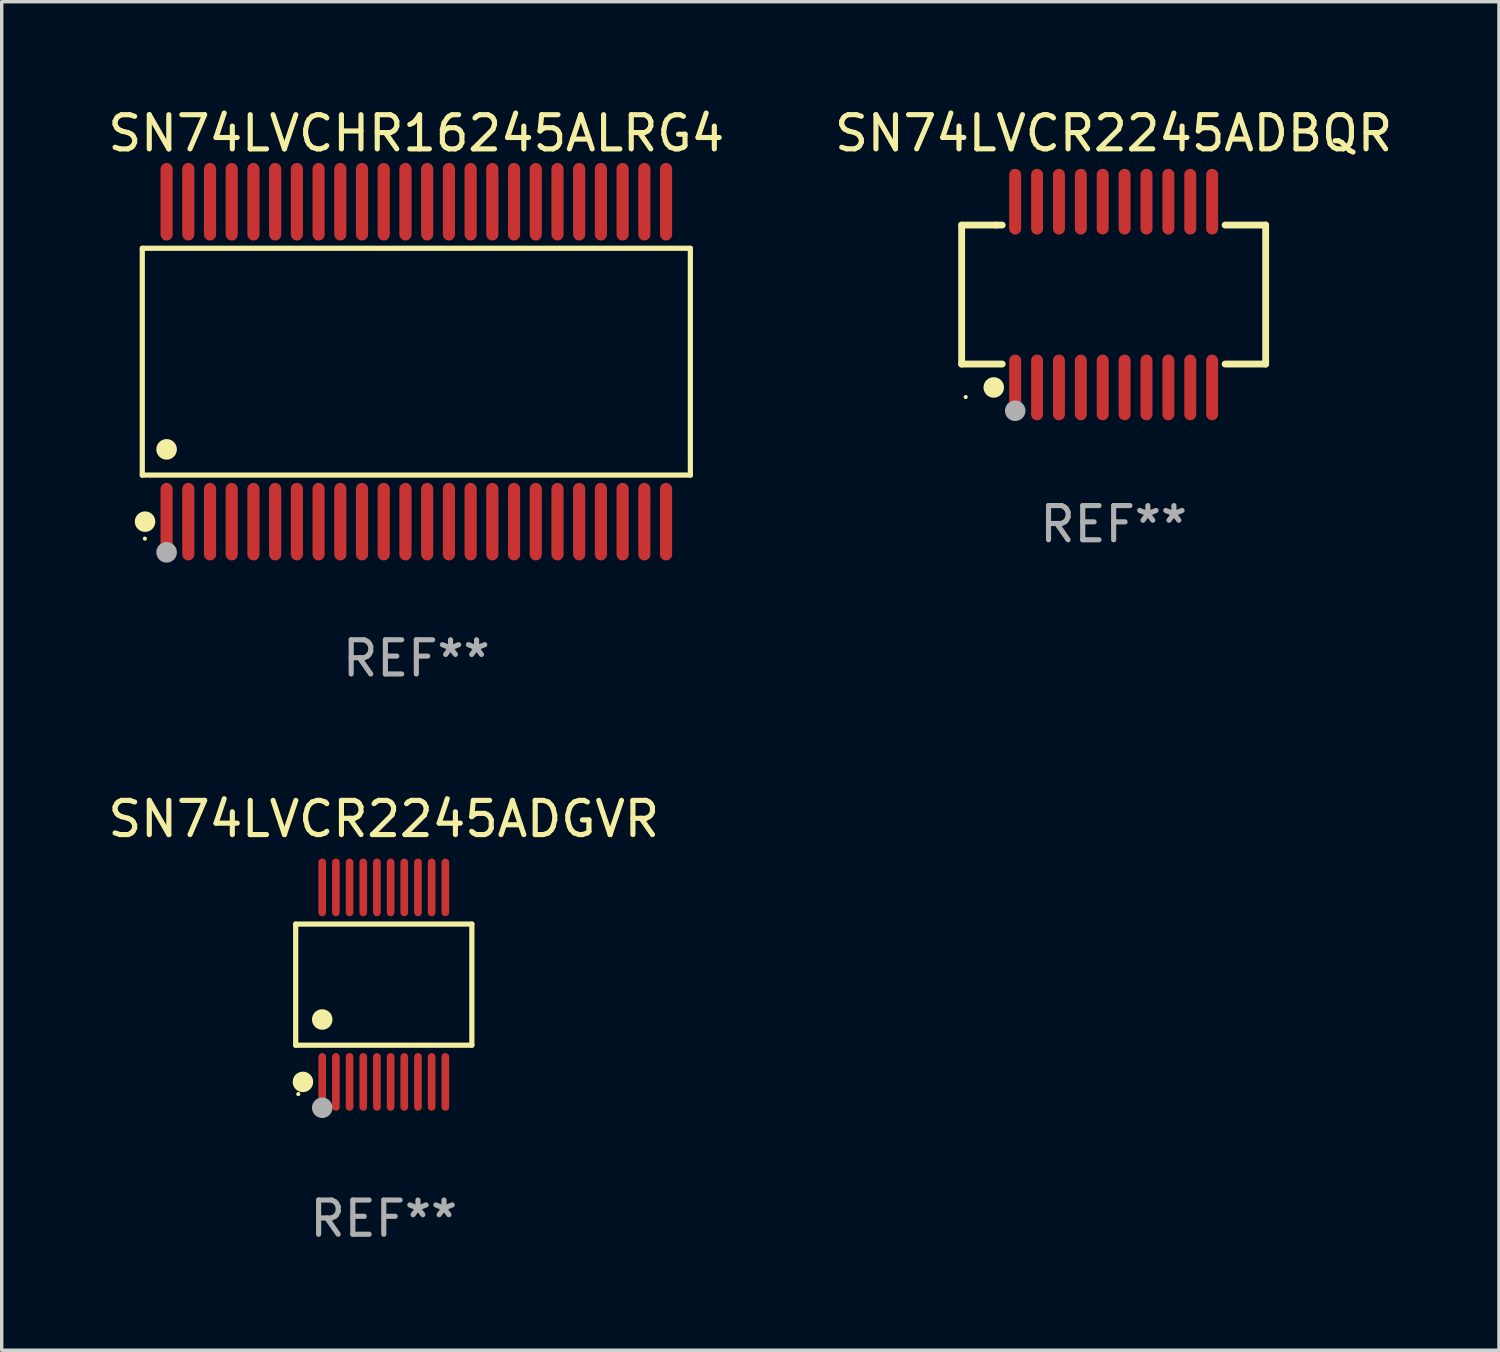
<source format=kicad_pcb>
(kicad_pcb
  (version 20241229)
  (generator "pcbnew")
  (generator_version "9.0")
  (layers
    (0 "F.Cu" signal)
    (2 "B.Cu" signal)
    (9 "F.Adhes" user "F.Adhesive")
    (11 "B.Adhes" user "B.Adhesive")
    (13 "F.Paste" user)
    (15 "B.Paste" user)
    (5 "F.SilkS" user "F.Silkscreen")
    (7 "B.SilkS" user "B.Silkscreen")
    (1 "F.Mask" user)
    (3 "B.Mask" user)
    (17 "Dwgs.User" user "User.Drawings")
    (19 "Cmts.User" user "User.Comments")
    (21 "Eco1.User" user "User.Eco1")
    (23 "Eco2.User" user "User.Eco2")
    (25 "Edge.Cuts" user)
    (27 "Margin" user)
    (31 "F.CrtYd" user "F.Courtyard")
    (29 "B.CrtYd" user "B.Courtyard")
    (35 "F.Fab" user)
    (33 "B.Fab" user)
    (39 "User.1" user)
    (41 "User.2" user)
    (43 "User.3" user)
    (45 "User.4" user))
  (footprint "SN74LVCR2245ADBQR"
    (layer "F.Cu")
    (at 29.518 5.564)
    (property "Reference" "SN74LVCR2245ADBQR" (at 0 -4.716 0) (layer "F.SilkS") (effects (font (size 1 1) (thickness 0.15))))
    (attr through_hole)
    (fp_line (start -4.445 -2.032) (end -4.445 2.032) (stroke (width 0.2) (type solid)) (layer "F.SilkS"))
    (fp_line (start -4.445 2.032) (end -3.259 2.032) (stroke (width 0.2) (type solid)) (layer "F.SilkS"))
    (fp_line (start -3.429 -2.032) (end -4.445 -2.032) (stroke (width 0.2) (type solid)) (layer "F.SilkS"))
    (fp_line (start -3.259 -2.032) (end -3.429 -2.032) (stroke (width 0.2) (type solid)) (layer "F.SilkS"))
    (fp_line (start 3.259 2.032) (end 4.445 2.032) (stroke (width 0.2) (type solid)) (layer "F.SilkS"))
    (fp_line (start 4.445 -2.032) (end 3.259 -2.032) (stroke (width 0.2) (type solid)) (layer "F.SilkS"))
    (fp_line (start 4.445 2.032) (end 4.445 -2.032) (stroke (width 0.2) (type solid)) (layer "F.SilkS"))
    (fp_circle (center -4.327 2.997) (end -4.297 2.997) (stroke (width 0.06) (type solid)) (fill no) (layer "F.SilkS"))
    (fp_circle (center -3.507 2.716) (end -3.357 2.716) (stroke (width 0.3) (type solid)) (fill no) (layer "F.SilkS"))
    (fp_circle (center -2.88 3.398) (end -2.73 3.398) (stroke (width 0.3) (type solid)) (fill no) (layer "F.Fab"))
    (fp_text user "REF**" (at 0 6.716 0) (layer "F.Fab") (effects (font (size 1 1) (thickness 0.15))))
    (pad "1" smd oval (at -2.88 2.716) (size 0.35 1.922) (layers "F.Cu" "F.Mask" "F.Paste"))
    (pad "2" smd oval (at -2.24 2.716) (size 0.35 1.922) (layers "F.Cu" "F.Mask" "F.Paste"))
    (pad "3" smd oval (at -1.6 2.716) (size 0.35 1.922) (layers "F.Cu" "F.Mask" "F.Paste"))
    (pad "4" smd oval (at -0.96 2.716) (size 0.35 1.922) (layers "F.Cu" "F.Mask" "F.Paste"))
    (pad "5" smd oval (at -0.32 2.716) (size 0.35 1.922) (layers "F.Cu" "F.Mask" "F.Paste"))
    (pad "6" smd oval (at 0.32 2.716) (size 0.35 1.922) (layers "F.Cu" "F.Mask" "F.Paste"))
    (pad "7" smd oval (at 0.96 2.716) (size 0.35 1.922) (layers "F.Cu" "F.Mask" "F.Paste"))
    (pad "8" smd oval (at 1.6 2.716) (size 0.35 1.922) (layers "F.Cu" "F.Mask" "F.Paste"))
    (pad "9" smd oval (at 2.24 2.716) (size 0.35 1.922) (layers "F.Cu" "F.Mask" "F.Paste"))
    (pad "10" smd oval (at 2.88 2.716) (size 0.35 1.922) (layers "F.Cu" "F.Mask" "F.Paste"))
    (pad "11" smd oval (at 2.88 -2.716) (size 0.35 1.922) (layers "F.Cu" "F.Mask" "F.Paste"))
    (pad "12" smd oval (at 2.24 -2.716) (size 0.35 1.922) (layers "F.Cu" "F.Mask" "F.Paste"))
    (pad "13" smd oval (at 1.6 -2.716) (size 0.35 1.922) (layers "F.Cu" "F.Mask" "F.Paste"))
    (pad "14" smd oval (at 0.96 -2.716) (size 0.35 1.922) (layers "F.Cu" "F.Mask" "F.Paste"))
    (pad "15" smd oval (at 0.32 -2.716) (size 0.35 1.922) (layers "F.Cu" "F.Mask" "F.Paste"))
    (pad "16" smd oval (at -0.32 -2.716) (size 0.35 1.922) (layers "F.Cu" "F.Mask" "F.Paste"))
    (pad "17" smd oval (at -0.96 -2.716) (size 0.35 1.922) (layers "F.Cu" "F.Mask" "F.Paste"))
    (pad "18" smd oval (at -1.6 -2.716) (size 0.35 1.922) (layers "F.Cu" "F.Mask" "F.Paste"))
    (pad "19" smd oval (at -2.24 -2.716) (size 0.35 1.922) (layers "F.Cu" "F.Mask" "F.Paste"))
    (pad "20" smd oval (at -2.88 -2.716) (size 0.35 1.922) (layers "F.Cu" "F.Mask" "F.Paste")))
  (footprint "SN74LVCR2245ADGVR"
    (layer "F.Cu")
    (at 8.173 25.745)
    (property "Reference" "SN74LVCR2245ADGVR" (at 0 -4.844 0) (layer "F.SilkS") (effects (font (size 1 1) (thickness 0.15))))
    (attr through_hole)
    (fp_line (start -2.576 -1.771) (end 2.576 -1.771) (stroke (width 0.152) (type solid)) (layer "F.SilkS"))
    (fp_line (start -2.576 1.771) (end -2.576 -1.771) (stroke (width 0.152) (type solid)) (layer "F.SilkS"))
    (fp_line (start 2.576 -1.771) (end 2.576 1.771) (stroke (width 0.152) (type solid)) (layer "F.SilkS"))
    (fp_line (start 2.576 1.771) (end -2.576 1.771) (stroke (width 0.152) (type solid)) (layer "F.SilkS"))
    (fp_circle (center -2.5 3.2) (end -2.47 3.2) (stroke (width 0.06) (type solid)) (fill no) (layer "F.SilkS"))
    (fp_circle (center -2.364 2.844) (end -2.214 2.844) (stroke (width 0.3) (type solid)) (fill no) (layer "F.SilkS"))
    (fp_circle (center -1.8 1.019) (end -1.65 1.019) (stroke (width 0.3) (type solid)) (fill no) (layer "F.SilkS"))
    (fp_circle (center -1.8 3.6) (end -1.65 3.6) (stroke (width 0.3) (type solid)) (fill no) (layer "F.Fab"))
    (fp_text user "REF**" (at 0 6.844 0) (layer "F.Fab") (effects (font (size 1 1) (thickness 0.15))))
    (pad "1" smd oval (at -1.8 2.844) (size 0.224 1.687) (layers "F.Cu" "F.Mask" "F.Paste"))
    (pad "2" smd oval (at -1.4 2.844) (size 0.224 1.687) (layers "F.Cu" "F.Mask" "F.Paste"))
    (pad "3" smd oval (at -1 2.844) (size 0.224 1.687) (layers "F.Cu" "F.Mask" "F.Paste"))
    (pad "4" smd oval (at -0.6 2.844) (size 0.224 1.687) (layers "F.Cu" "F.Mask" "F.Paste"))
    (pad "5" smd oval (at -0.2 2.844) (size 0.224 1.687) (layers "F.Cu" "F.Mask" "F.Paste"))
    (pad "6" smd oval (at 0.2 2.844) (size 0.224 1.687) (layers "F.Cu" "F.Mask" "F.Paste"))
    (pad "7" smd oval (at 0.6 2.844) (size 0.224 1.687) (layers "F.Cu" "F.Mask" "F.Paste"))
    (pad "8" smd oval (at 1 2.844) (size 0.224 1.687) (layers "F.Cu" "F.Mask" "F.Paste"))
    (pad "9" smd oval (at 1.4 2.844) (size 0.224 1.687) (layers "F.Cu" "F.Mask" "F.Paste"))
    (pad "10" smd oval (at 1.8 2.844) (size 0.224 1.687) (layers "F.Cu" "F.Mask" "F.Paste"))
    (pad "11" smd oval (at 1.8 -2.844) (size 0.224 1.687) (layers "F.Cu" "F.Mask" "F.Paste"))
    (pad "12" smd oval (at 1.4 -2.844) (size 0.224 1.687) (layers "F.Cu" "F.Mask" "F.Paste"))
    (pad "13" smd oval (at 1 -2.844) (size 0.224 1.687) (layers "F.Cu" "F.Mask" "F.Paste"))
    (pad "14" smd oval (at 0.6 -2.844) (size 0.224 1.687) (layers "F.Cu" "F.Mask" "F.Paste"))
    (pad "15" smd oval (at 0.2 -2.844) (size 0.224 1.687) (layers "F.Cu" "F.Mask" "F.Paste"))
    (pad "16" smd oval (at -0.2 -2.844) (size 0.224 1.687) (layers "F.Cu" "F.Mask" "F.Paste"))
    (pad "17" smd oval (at -0.6 -2.844) (size 0.224 1.687) (layers "F.Cu" "F.Mask" "F.Paste"))
    (pad "18" smd oval (at -1 -2.844) (size 0.224 1.687) (layers "F.Cu" "F.Mask" "F.Paste"))
    (pad "19" smd oval (at -1.4 -2.844) (size 0.224 1.687) (layers "F.Cu" "F.Mask" "F.Paste"))
    (pad "20" smd oval (at -1.8 -2.844) (size 0.224 1.687) (layers "F.Cu" "F.Mask" "F.Paste")))
  (footprint "SN74LVCHR16245ALRG4"
    (layer "F.Cu")
    (at 9.125 7.527)
    (property "Reference" "SN74LVCHR16245ALRG4" (at 0 -6.678 0) (layer "F.SilkS") (effects (font (size 1 1) (thickness 0.15))))
    (attr through_hole)
    (fp_line (start -8.014 -3.316) (end 8.014 -3.316) (stroke (width 0.152) (type solid)) (layer "F.SilkS"))
    (fp_line (start -8.014 3.316) (end -8.014 -3.316) (stroke (width 0.152) (type solid)) (layer "F.SilkS"))
    (fp_line (start 8.014 -3.316) (end 8.014 3.316) (stroke (width 0.152) (type solid)) (layer "F.SilkS"))
    (fp_line (start 8.014 3.316) (end -8.014 3.316) (stroke (width 0.152) (type solid)) (layer "F.SilkS"))
    (fp_circle (center -7.938 5.175) (end -7.908 5.175) (stroke (width 0.06) (type solid)) (fill no) (layer "F.SilkS"))
    (fp_circle (center -7.933 4.678) (end -7.783 4.678) (stroke (width 0.3) (type solid)) (fill no) (layer "F.SilkS"))
    (fp_circle (center -7.303 2.564) (end -7.152 2.564) (stroke (width 0.3) (type solid)) (fill no) (layer "F.SilkS"))
    (fp_circle (center -7.303 5.575) (end -7.152 5.575) (stroke (width 0.3) (type solid)) (fill no) (layer "F.Fab"))
    (fp_text user "REF**" (at 0 8.678 0) (layer "F.Fab") (effects (font (size 1 1) (thickness 0.15))))
    (pad "1" smd oval (at -7.303 4.678) (size 0.356 2.267) (layers "F.Cu" "F.Mask" "F.Paste"))
    (pad "2" smd oval (at -6.668 4.678) (size 0.356 2.267) (layers "F.Cu" "F.Mask" "F.Paste"))
    (pad "3" smd oval (at -6.033 4.678) (size 0.356 2.267) (layers "F.Cu" "F.Mask" "F.Paste"))
    (pad "4" smd oval (at -5.398 4.678) (size 0.356 2.267) (layers "F.Cu" "F.Mask" "F.Paste"))
    (pad "5" smd oval (at -4.763 4.678) (size 0.356 2.267) (layers "F.Cu" "F.Mask" "F.Paste"))
    (pad "6" smd oval (at -4.128 4.678) (size 0.356 2.267) (layers "F.Cu" "F.Mask" "F.Paste"))
    (pad "7" smd oval (at -3.493 4.678) (size 0.356 2.267) (layers "F.Cu" "F.Mask" "F.Paste"))
    (pad "8" smd oval (at -2.858 4.678) (size 0.356 2.267) (layers "F.Cu" "F.Mask" "F.Paste"))
    (pad "9" smd oval (at -2.223 4.678) (size 0.356 2.267) (layers "F.Cu" "F.Mask" "F.Paste"))
    (pad "10" smd oval (at -1.588 4.678) (size 0.356 2.267) (layers "F.Cu" "F.Mask" "F.Paste"))
    (pad "11" smd oval (at -0.953 4.678) (size 0.356 2.267) (layers "F.Cu" "F.Mask" "F.Paste"))
    (pad "12" smd oval (at -0.318 4.678) (size 0.356 2.267) (layers "F.Cu" "F.Mask" "F.Paste"))
    (pad "13" smd oval (at 0.318 4.678) (size 0.356 2.267) (layers "F.Cu" "F.Mask" "F.Paste"))
    (pad "14" smd oval (at 0.953 4.678) (size 0.356 2.267) (layers "F.Cu" "F.Mask" "F.Paste"))
    (pad "15" smd oval (at 1.588 4.678) (size 0.356 2.267) (layers "F.Cu" "F.Mask" "F.Paste"))
    (pad "16" smd oval (at 2.223 4.678) (size 0.356 2.267) (layers "F.Cu" "F.Mask" "F.Paste"))
    (pad "17" smd oval (at 2.858 4.678) (size 0.356 2.267) (layers "F.Cu" "F.Mask" "F.Paste"))
    (pad "18" smd oval (at 3.493 4.678) (size 0.356 2.267) (layers "F.Cu" "F.Mask" "F.Paste"))
    (pad "19" smd oval (at 4.128 4.678) (size 0.356 2.267) (layers "F.Cu" "F.Mask" "F.Paste"))
    (pad "20" smd oval (at 4.763 4.678) (size 0.356 2.267) (layers "F.Cu" "F.Mask" "F.Paste"))
    (pad "21" smd oval (at 5.398 4.678) (size 0.356 2.267) (layers "F.Cu" "F.Mask" "F.Paste"))
    (pad "22" smd oval (at 6.033 4.678) (size 0.356 2.267) (layers "F.Cu" "F.Mask" "F.Paste"))
    (pad "23" smd oval (at 6.668 4.678) (size 0.356 2.267) (layers "F.Cu" "F.Mask" "F.Paste"))
    (pad "24" smd oval (at 7.303 4.678) (size 0.356 2.267) (layers "F.Cu" "F.Mask" "F.Paste"))
    (pad "25" smd oval (at 7.303 -4.678) (size 0.356 2.267) (layers "F.Cu" "F.Mask" "F.Paste"))
    (pad "26" smd oval (at 6.668 -4.678) (size 0.356 2.267) (layers "F.Cu" "F.Mask" "F.Paste"))
    (pad "27" smd oval (at 6.033 -4.678) (size 0.356 2.267) (layers "F.Cu" "F.Mask" "F.Paste"))
    (pad "28" smd oval (at 5.398 -4.678) (size 0.356 2.267) (layers "F.Cu" "F.Mask" "F.Paste"))
    (pad "29" smd oval (at 4.763 -4.678) (size 0.356 2.267) (layers "F.Cu" "F.Mask" "F.Paste"))
    (pad "30" smd oval (at 4.128 -4.678) (size 0.356 2.267) (layers "F.Cu" "F.Mask" "F.Paste"))
    (pad "31" smd oval (at 3.493 -4.678) (size 0.356 2.267) (layers "F.Cu" "F.Mask" "F.Paste"))
    (pad "32" smd oval (at 2.858 -4.678) (size 0.356 2.267) (layers "F.Cu" "F.Mask" "F.Paste"))
    (pad "33" smd oval (at 2.223 -4.678) (size 0.356 2.267) (layers "F.Cu" "F.Mask" "F.Paste"))
    (pad "34" smd oval (at 1.588 -4.678) (size 0.356 2.267) (layers "F.Cu" "F.Mask" "F.Paste"))
    (pad "35" smd oval (at 0.953 -4.678) (size 0.356 2.267) (layers "F.Cu" "F.Mask" "F.Paste"))
    (pad "36" smd oval (at 0.318 -4.678) (size 0.356 2.267) (layers "F.Cu" "F.Mask" "F.Paste"))
    (pad "37" smd oval (at -0.318 -4.678) (size 0.356 2.267) (layers "F.Cu" "F.Mask" "F.Paste"))
    (pad "38" smd oval (at -0.953 -4.678) (size 0.356 2.267) (layers "F.Cu" "F.Mask" "F.Paste"))
    (pad "39" smd oval (at -1.588 -4.678) (size 0.356 2.267) (layers "F.Cu" "F.Mask" "F.Paste"))
    (pad "40" smd oval (at -2.223 -4.678) (size 0.356 2.267) (layers "F.Cu" "F.Mask" "F.Paste"))
    (pad "41" smd oval (at -2.858 -4.678) (size 0.356 2.267) (layers "F.Cu" "F.Mask" "F.Paste"))
    (pad "42" smd oval (at -3.493 -4.678) (size 0.356 2.267) (layers "F.Cu" "F.Mask" "F.Paste"))
    (pad "43" smd oval (at -4.128 -4.678) (size 0.356 2.267) (layers "F.Cu" "F.Mask" "F.Paste"))
    (pad "44" smd oval (at -4.763 -4.678) (size 0.356 2.267) (layers "F.Cu" "F.Mask" "F.Paste"))
    (pad "45" smd oval (at -5.398 -4.678) (size 0.356 2.267) (layers "F.Cu" "F.Mask" "F.Paste"))
    (pad "46" smd oval (at -6.033 -4.678) (size 0.356 2.267) (layers "F.Cu" "F.Mask" "F.Paste"))
    (pad "47" smd oval (at -6.668 -4.678) (size 0.356 2.267) (layers "F.Cu" "F.Mask" "F.Paste"))
    (pad "48" smd oval (at -7.303 -4.678) (size 0.356 2.267) (layers "F.Cu" "F.Mask" "F.Paste")))
  (gr_rect
    (start -3 -3)
    (end 40.786 36.437)
    (stroke (width 0.1) (type default))
    (fill no)
    (layer "Edge.Cuts")))
</source>
